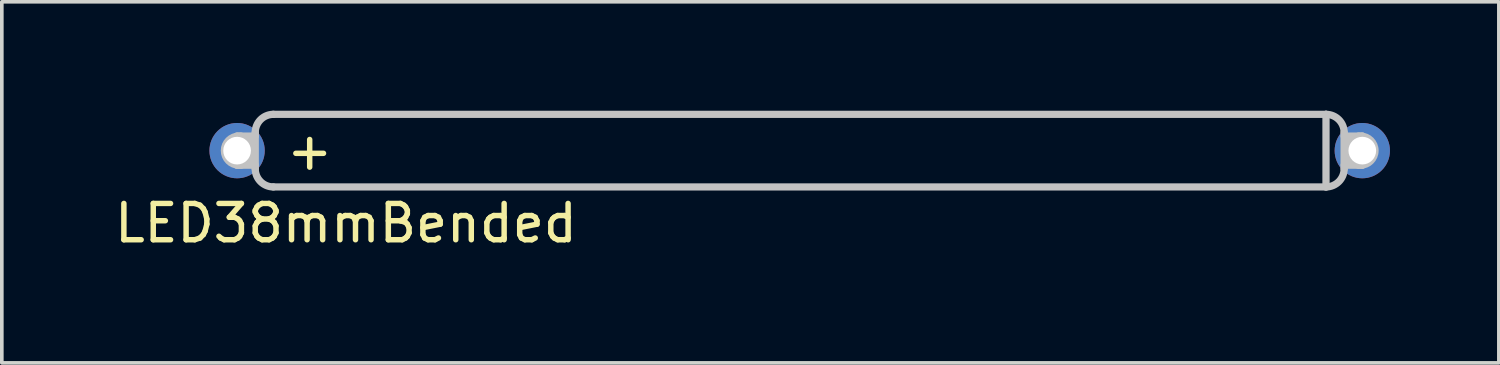
<source format=kicad_pcb>
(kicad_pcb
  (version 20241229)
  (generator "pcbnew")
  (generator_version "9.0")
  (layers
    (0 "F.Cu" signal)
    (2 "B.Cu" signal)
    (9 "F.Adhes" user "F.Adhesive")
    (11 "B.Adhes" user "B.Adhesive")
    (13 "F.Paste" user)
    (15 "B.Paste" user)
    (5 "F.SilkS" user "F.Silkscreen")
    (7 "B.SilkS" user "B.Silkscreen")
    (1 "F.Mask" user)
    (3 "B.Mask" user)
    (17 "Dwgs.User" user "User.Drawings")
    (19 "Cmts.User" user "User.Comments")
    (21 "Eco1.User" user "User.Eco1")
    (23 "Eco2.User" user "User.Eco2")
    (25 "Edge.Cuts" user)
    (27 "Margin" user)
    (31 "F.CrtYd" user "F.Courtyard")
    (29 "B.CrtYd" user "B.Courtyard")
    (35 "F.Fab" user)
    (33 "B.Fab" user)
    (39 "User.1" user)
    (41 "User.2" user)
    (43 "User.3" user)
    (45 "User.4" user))
  (footprint "LED38mmBended"
    (layer "F.Cu")
    (at 18.482 1.1)
    (property "Reference" "LED38mmBended" (at -12 2 0) (layer "F.SilkS") (effects (font (size 1 1) (thickness 0.15))))
    (attr through_hole)
    (fp_line (start -15 -0.4) (end -14.5 -0.4) (stroke (width 0.2) (type solid)) (layer "Dwgs.User"))
    (fp_line (start -15 0.4) (end -15 -0.4) (stroke (width 0.2) (type solid)) (layer "Dwgs.User"))
    (fp_line (start -15 0.4) (end -14.5 0.4) (stroke (width 0.2) (type solid)) (layer "Dwgs.User"))
    (fp_line (start -14.9 -0.4) (end -14.9 0.4) (stroke (width 0.2) (type solid)) (layer "Dwgs.User"))
    (fp_line (start -14.5 0.5) (end -14.5 -0.5) (stroke (width 0.2) (type solid)) (layer "Dwgs.User"))
    (fp_line (start -14 1) (end 15 1) (stroke (width 0.2) (type solid)) (layer "Dwgs.User"))
    (fp_line (start 15 -1) (end -14 -1) (stroke (width 0.2) (type solid)) (layer "Dwgs.User"))
    (fp_line (start 15 1) (end 15 -1) (stroke (width 0.2) (type solid)) (layer "Dwgs.User"))
    (fp_line (start 15.5 -0.5) (end 15.5 0.5) (stroke (width 0.2) (type solid)) (layer "Dwgs.User"))
    (fp_line (start 15.9 0.4) (end 15.9 -0.4) (stroke (width 0.2) (type solid)) (layer "Dwgs.User"))
    (fp_line (start 16 -0.4) (end 15.5 -0.4) (stroke (width 0.2) (type solid)) (layer "Dwgs.User"))
    (fp_line (start 16 -0.4) (end 16 0.4) (stroke (width 0.2) (type solid)) (layer "Dwgs.User"))
    (fp_line (start 16 0.4) (end 15.5 0.4) (stroke (width 0.2) (type solid)) (layer "Dwgs.User"))
    (fp_arc (start -14.5 -0.5) (mid -14.353553 -0.853553) (end -14 -1) (stroke (width 0.2) (type solid)) (layer "Dwgs.User"))
    (fp_arc (start -14.000001 1) (mid -14.353554 0.853553) (end -14.5 0.499999) (stroke (width 0.2) (type solid)) (layer "Dwgs.User"))
    (fp_arc (start 15 -1) (mid 15.353553 -0.853553) (end 15.5 -0.5) (stroke (width 0.2) (type solid)) (layer "Dwgs.User"))
    (fp_arc (start 15.5 0.5) (mid 15.353553 0.853553) (end 15 1) (stroke (width 0.2) (type solid)) (layer "Dwgs.User"))
    (fp_circle (center -14.95 0) (end -14.55 0) (stroke (width 0.2) (type solid)) (fill no) (layer "Dwgs.User"))
    (fp_circle (center 15.95 0) (end 16.35 0) (stroke (width 0.2) (type solid)) (fill no) (layer "Dwgs.User"))
    (fp_text user "+" (at -13 0 0) (layer "F.SilkS") (effects (font (size 1 1) (thickness 0.15))))
    (pad "1" thru_hole circle (at 16 0) (size 1.524 1.524) (drill 0.762) (layers "*.Cu" "*.Mask"))
    (pad "2" thru_hole circle (at -15 0) (size 1.524 1.524) (drill 0.762) (layers "*.Cu" "*.Mask")))
  (gr_rect
    (start -3 -3)
    (end 38.244 6.948)
    (stroke (width 0.1) (type default))
    (fill no)
    (layer "Edge.Cuts")))
</source>
